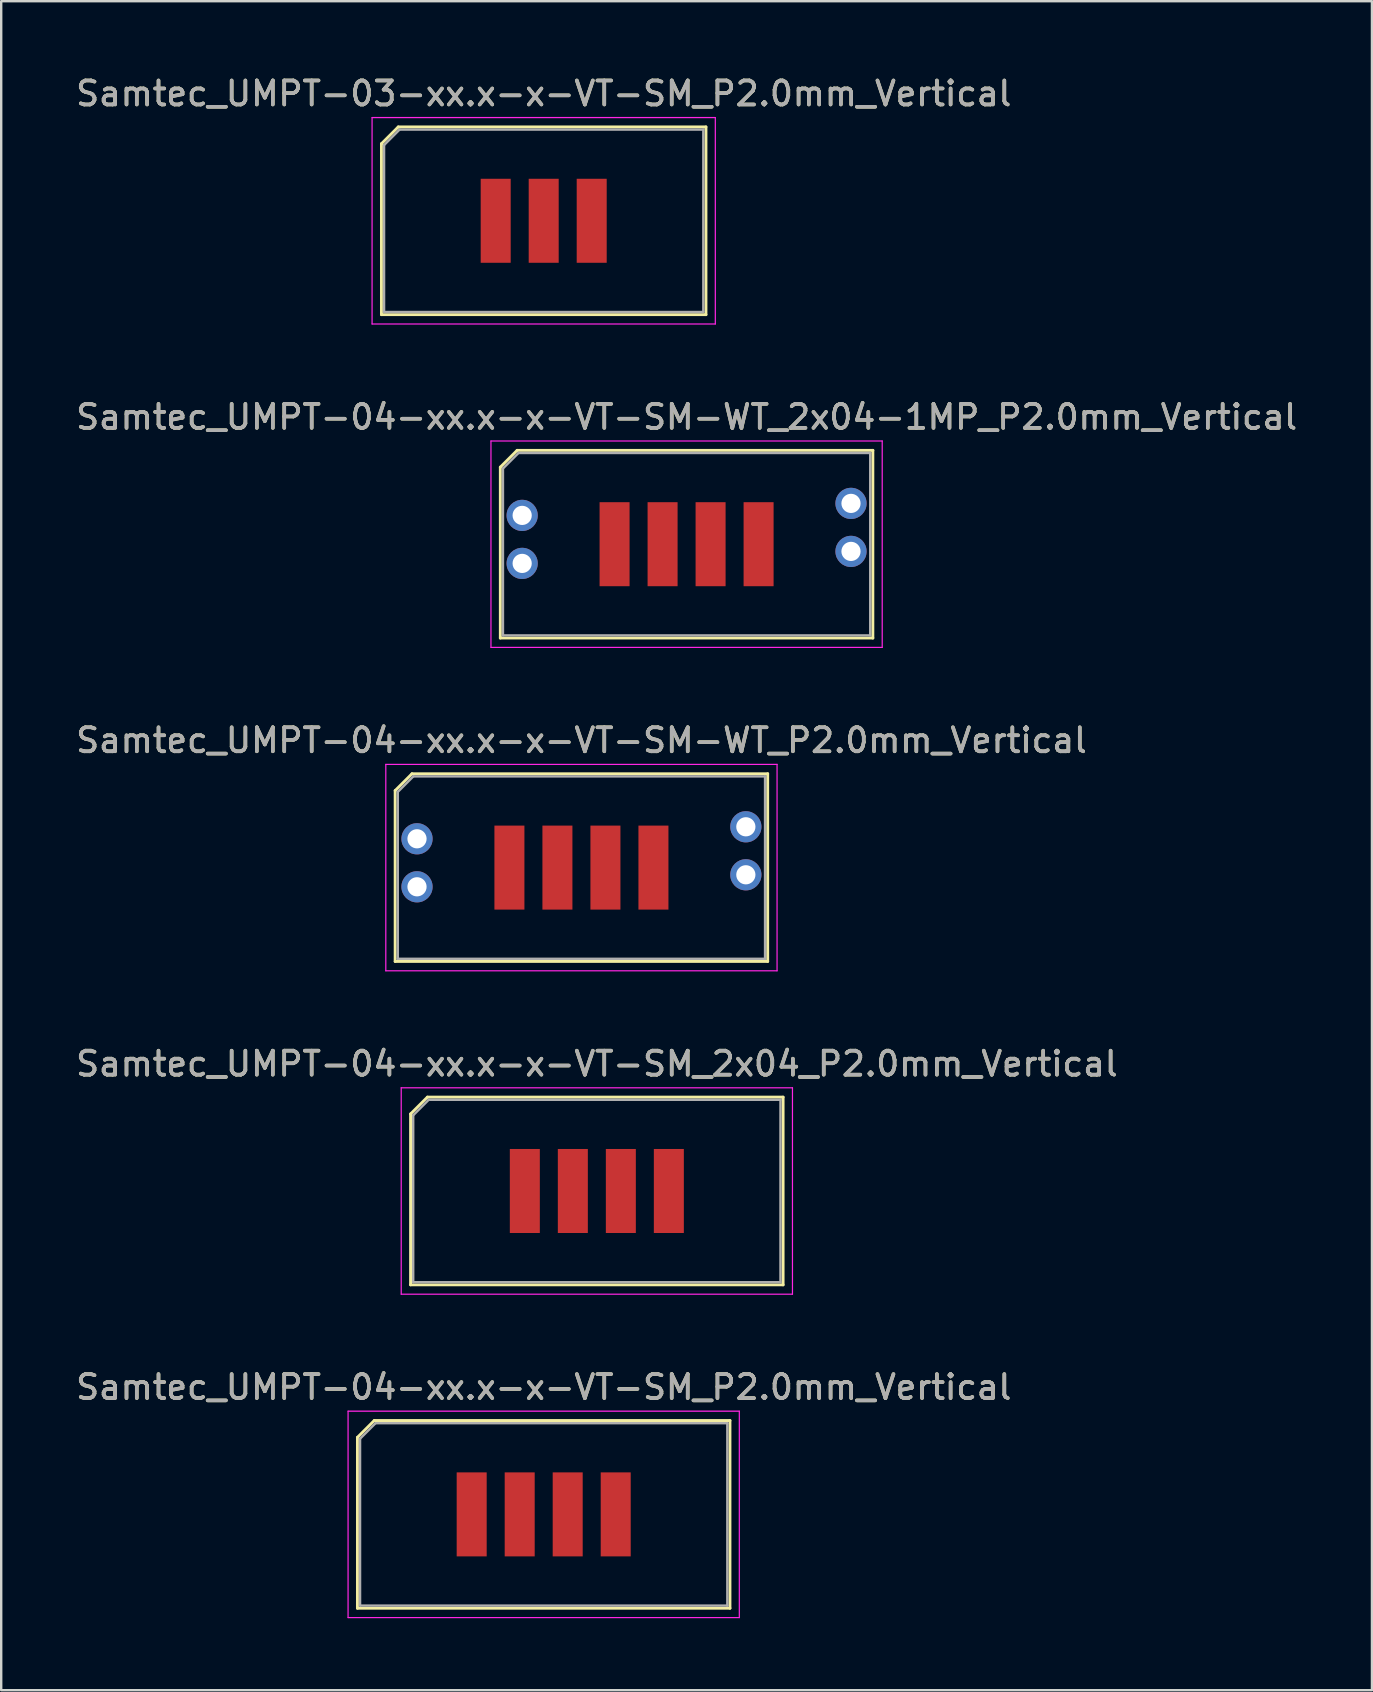
<source format=kicad_pcb>
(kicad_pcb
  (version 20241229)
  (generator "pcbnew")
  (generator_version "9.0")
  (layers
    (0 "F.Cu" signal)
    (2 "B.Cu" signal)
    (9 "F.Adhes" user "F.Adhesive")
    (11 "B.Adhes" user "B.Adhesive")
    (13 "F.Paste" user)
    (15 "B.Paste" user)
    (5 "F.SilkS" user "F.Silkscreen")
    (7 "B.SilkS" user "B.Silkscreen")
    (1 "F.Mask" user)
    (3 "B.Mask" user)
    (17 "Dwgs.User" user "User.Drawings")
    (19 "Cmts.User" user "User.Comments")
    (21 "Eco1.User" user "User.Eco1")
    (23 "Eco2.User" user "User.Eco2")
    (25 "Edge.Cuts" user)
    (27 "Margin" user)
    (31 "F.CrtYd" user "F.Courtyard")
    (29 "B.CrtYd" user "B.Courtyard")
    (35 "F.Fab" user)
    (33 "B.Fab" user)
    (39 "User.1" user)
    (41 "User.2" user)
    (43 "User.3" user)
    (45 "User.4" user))
  (footprint "Samtec_UMPT-04-xx.x-x-VT-SM_2x04_P2.0mm_Vertical"
    (layer "F.Cu")
    (at 21.815 46.568)
    (property "Reference" "Samtec_UMPT-04-xx.x-x-VT-SM_2x04_P2.0mm_Vertical" (at 0 -5.3 0) (layer "F.SilkS") (effects (font (size 1 1) (thickness 0.15))))
    (attr smd)
    (fp_line (start -7.76 -3.209) (end -7.76 3.91) (stroke (width 0.12) (type solid)) (layer "F.SilkS"))
    (fp_line (start -7.76 3.91) (end 7.76 3.91) (stroke (width 0.12) (type solid)) (layer "F.SilkS"))
    (fp_line (start -7.059 -3.91) (end -7.76 -3.209) (stroke (width 0.12) (type solid)) (layer "F.SilkS"))
    (fp_line (start 7.76 -3.91) (end -7.059 -3.91) (stroke (width 0.12) (type solid)) (layer "F.SilkS"))
    (fp_line (start 7.76 3.91) (end 7.76 -3.91) (stroke (width 0.12) (type solid)) (layer "F.SilkS"))
    (fp_line (start -8.15 -4.3) (end -8.15 4.3) (stroke (width 0.05) (type solid)) (layer "F.CrtYd"))
    (fp_line (start -8.15 4.3) (end 8.15 4.3) (stroke (width 0.05) (type solid)) (layer "F.CrtYd"))
    (fp_line (start 8.15 -4.3) (end -8.15 -4.3) (stroke (width 0.05) (type solid)) (layer "F.CrtYd"))
    (fp_line (start 8.15 4.3) (end 8.15 -4.3) (stroke (width 0.05) (type solid)) (layer "F.CrtYd"))
    (fp_line (start -7.65 -3.154) (end -7.65 3.8) (stroke (width 0.1) (type solid)) (layer "F.Fab"))
    (fp_line (start -7.65 3.8) (end 7.65 3.8) (stroke (width 0.1) (type solid)) (layer "F.Fab"))
    (fp_line (start -7.004 -3.8) (end -7.65 -3.154) (stroke (width 0.1) (type solid)) (layer "F.Fab"))
    (fp_line (start 7.65 -3.8) (end -7.004 -3.8) (stroke (width 0.1) (type solid)) (layer "F.Fab"))
    (fp_line (start 7.65 3.8) (end 7.65 -3.8) (stroke (width 0.1) (type solid)) (layer "F.Fab"))
    (fp_text user "${REFERENCE}" (at 0 -5.3 0) (layer "F.Fab") (effects (font (size 1 1) (thickness 0.15))))
    (pad "1" smd rect (at -3 0) (size 1.25 3.5) (layers "F.Cu" "F.Mask" "F.Paste"))
    (pad "2" smd rect (at -1 0) (size 1.25 3.5) (layers "F.Cu" "F.Mask" "F.Paste"))
    (pad "3" smd rect (at 1 0) (size 1.25 3.5) (layers "F.Cu" "F.Mask" "F.Paste"))
    (pad "4" smd rect (at 3 0) (size 1.25 3.5) (layers "F.Cu" "F.Mask" "F.Paste")))
  (footprint "Samtec_UMPT-03-xx.x-x-VT-SM_P2.0mm_Vertical"
    (layer "F.Cu")
    (at 19.601 6.148)
    (property "Reference" "Samtec_UMPT-03-xx.x-x-VT-SM_P2.0mm_Vertical" (at 0 -5.3 0) (layer "F.SilkS") (effects (font (size 1 1) (thickness 0.15))))
    (attr smd)
    (fp_line (start -6.76 -3.209) (end -6.76 3.91) (stroke (width 0.12) (type solid)) (layer "F.SilkS"))
    (fp_line (start -6.76 3.91) (end 6.76 3.91) (stroke (width 0.12) (type solid)) (layer "F.SilkS"))
    (fp_line (start -6.059 -3.91) (end -6.76 -3.209) (stroke (width 0.12) (type solid)) (layer "F.SilkS"))
    (fp_line (start 6.76 -3.91) (end -6.059 -3.91) (stroke (width 0.12) (type solid)) (layer "F.SilkS"))
    (fp_line (start 6.76 3.91) (end 6.76 -3.91) (stroke (width 0.12) (type solid)) (layer "F.SilkS"))
    (fp_line (start -7.15 -4.3) (end -7.15 4.3) (stroke (width 0.05) (type solid)) (layer "F.CrtYd"))
    (fp_line (start -7.15 4.3) (end 7.15 4.3) (stroke (width 0.05) (type solid)) (layer "F.CrtYd"))
    (fp_line (start 7.15 -4.3) (end -7.15 -4.3) (stroke (width 0.05) (type solid)) (layer "F.CrtYd"))
    (fp_line (start 7.15 4.3) (end 7.15 -4.3) (stroke (width 0.05) (type solid)) (layer "F.CrtYd"))
    (fp_line (start -6.65 -3.154) (end -6.65 3.8) (stroke (width 0.1) (type solid)) (layer "F.Fab"))
    (fp_line (start -6.65 3.8) (end 6.65 3.8) (stroke (width 0.1) (type solid)) (layer "F.Fab"))
    (fp_line (start -6.004 -3.8) (end -6.65 -3.154) (stroke (width 0.1) (type solid)) (layer "F.Fab"))
    (fp_line (start 6.65 -3.8) (end -6.004 -3.8) (stroke (width 0.1) (type solid)) (layer "F.Fab"))
    (fp_line (start 6.65 3.8) (end 6.65 -3.8) (stroke (width 0.1) (type solid)) (layer "F.Fab"))
    (fp_text user "${REFERENCE}" (at 0 -5.3 0) (layer "F.Fab") (effects (font (size 1 1) (thickness 0.15))))
    (pad "1" smd rect (at -2 0) (size 1.25 3.5) (layers "F.Cu" "F.Mask" "F.Paste"))
    (pad "2" smd rect (at 0 0) (size 1.25 3.5) (layers "F.Cu" "F.Mask" "F.Paste"))
    (pad "3" smd rect (at 2 0) (size 1.25 3.5) (layers "F.Cu" "F.Mask" "F.Paste")))
  (footprint "Samtec_UMPT-04-xx.x-x-VT-SM-WT_P2.0mm_Vertical"
    (layer "F.Cu")
    (at 21.173 33.095)
    (property "Reference" "Samtec_UMPT-04-xx.x-x-VT-SM-WT_P2.0mm_Vertical" (at 0 -5.3 0) (layer "F.SilkS") (effects (font (size 1 1) (thickness 0.15))))
    (attr smd)
    (fp_line (start -7.76 -3.209) (end -7.76 3.91) (stroke (width 0.12) (type solid)) (layer "F.SilkS"))
    (fp_line (start -7.76 3.91) (end 7.76 3.91) (stroke (width 0.12) (type solid)) (layer "F.SilkS"))
    (fp_line (start -7.059 -3.91) (end -7.76 -3.209) (stroke (width 0.12) (type solid)) (layer "F.SilkS"))
    (fp_line (start 7.76 -3.91) (end -7.059 -3.91) (stroke (width 0.12) (type solid)) (layer "F.SilkS"))
    (fp_line (start 7.76 3.91) (end 7.76 -3.91) (stroke (width 0.12) (type solid)) (layer "F.SilkS"))
    (fp_line (start -8.15 -4.3) (end -8.15 4.3) (stroke (width 0.05) (type solid)) (layer "F.CrtYd"))
    (fp_line (start -8.15 4.3) (end 8.15 4.3) (stroke (width 0.05) (type solid)) (layer "F.CrtYd"))
    (fp_line (start 8.15 -4.3) (end -8.15 -4.3) (stroke (width 0.05) (type solid)) (layer "F.CrtYd"))
    (fp_line (start 8.15 4.3) (end 8.15 -4.3) (stroke (width 0.05) (type solid)) (layer "F.CrtYd"))
    (fp_line (start -7.65 -3.154) (end -7.65 3.8) (stroke (width 0.1) (type solid)) (layer "F.Fab"))
    (fp_line (start -7.65 3.8) (end 7.65 3.8) (stroke (width 0.1) (type solid)) (layer "F.Fab"))
    (fp_line (start -7.004 -3.8) (end -7.65 -3.154) (stroke (width 0.1) (type solid)) (layer "F.Fab"))
    (fp_line (start 7.65 -3.8) (end -7.004 -3.8) (stroke (width 0.1) (type solid)) (layer "F.Fab"))
    (fp_line (start 7.65 3.8) (end 7.65 -3.8) (stroke (width 0.1) (type solid)) (layer "F.Fab"))
    (fp_text user "${REFERENCE}" (at 0 -5.3 0) (layer "F.Fab") (effects (font (size 1 1) (thickness 0.15))))
    (pad "" thru_hole circle (at -6.85 -1.2) (size 1.3 1.3) (drill 0.8) (layers "*.Cu" "*.Mask"))
    (pad "" thru_hole circle (at -6.85 0.8) (size 1.3 1.3) (drill 0.8) (layers "*.Cu" "*.Mask"))
    (pad "" thru_hole circle (at 6.85 -1.7) (size 1.3 1.3) (drill 0.8) (layers "*.Cu" "*.Mask"))
    (pad "" thru_hole circle (at 6.85 0.3) (size 1.3 1.3) (drill 0.8) (layers "*.Cu" "*.Mask"))
    (pad "1" smd rect (at -3 0) (size 1.25 3.5) (layers "F.Cu" "F.Mask" "F.Paste"))
    (pad "2" smd rect (at -1 0) (size 1.25 3.5) (layers "F.Cu" "F.Mask" "F.Paste"))
    (pad "3" smd rect (at 1 0) (size 1.25 3.5) (layers "F.Cu" "F.Mask" "F.Paste"))
    (pad "4" smd rect (at 3 0) (size 1.25 3.5) (layers "F.Cu" "F.Mask" "F.Paste")))
  (footprint "Samtec_UMPT-04-xx.x-x-VT-SM_P2.0mm_Vertical"
    (layer "F.Cu")
    (at 19.601 60.041)
    (property "Reference" "Samtec_UMPT-04-xx.x-x-VT-SM_P2.0mm_Vertical" (at 0 -5.3 0) (layer "F.SilkS") (effects (font (size 1 1) (thickness 0.15))))
    (attr smd)
    (fp_line (start -7.76 -3.209) (end -7.76 3.91) (stroke (width 0.12) (type solid)) (layer "F.SilkS"))
    (fp_line (start -7.76 3.91) (end 7.76 3.91) (stroke (width 0.12) (type solid)) (layer "F.SilkS"))
    (fp_line (start -7.059 -3.91) (end -7.76 -3.209) (stroke (width 0.12) (type solid)) (layer "F.SilkS"))
    (fp_line (start 7.76 -3.91) (end -7.059 -3.91) (stroke (width 0.12) (type solid)) (layer "F.SilkS"))
    (fp_line (start 7.76 3.91) (end 7.76 -3.91) (stroke (width 0.12) (type solid)) (layer "F.SilkS"))
    (fp_line (start -8.15 -4.3) (end -8.15 4.3) (stroke (width 0.05) (type solid)) (layer "F.CrtYd"))
    (fp_line (start -8.15 4.3) (end 8.15 4.3) (stroke (width 0.05) (type solid)) (layer "F.CrtYd"))
    (fp_line (start 8.15 -4.3) (end -8.15 -4.3) (stroke (width 0.05) (type solid)) (layer "F.CrtYd"))
    (fp_line (start 8.15 4.3) (end 8.15 -4.3) (stroke (width 0.05) (type solid)) (layer "F.CrtYd"))
    (fp_line (start -7.65 -3.154) (end -7.65 3.8) (stroke (width 0.1) (type solid)) (layer "F.Fab"))
    (fp_line (start -7.65 3.8) (end 7.65 3.8) (stroke (width 0.1) (type solid)) (layer "F.Fab"))
    (fp_line (start -7.004 -3.8) (end -7.65 -3.154) (stroke (width 0.1) (type solid)) (layer "F.Fab"))
    (fp_line (start 7.65 -3.8) (end -7.004 -3.8) (stroke (width 0.1) (type solid)) (layer "F.Fab"))
    (fp_line (start 7.65 3.8) (end 7.65 -3.8) (stroke (width 0.1) (type solid)) (layer "F.Fab"))
    (fp_text user "${REFERENCE}" (at 0 -5.3 0) (layer "F.Fab") (effects (font (size 1 1) (thickness 0.15))))
    (pad "1" smd rect (at -3 0) (size 1.25 3.5) (layers "F.Cu" "F.Mask" "F.Paste"))
    (pad "2" smd rect (at -1 0) (size 1.25 3.5) (layers "F.Cu" "F.Mask" "F.Paste"))
    (pad "3" smd rect (at 1 0) (size 1.25 3.5) (layers "F.Cu" "F.Mask" "F.Paste"))
    (pad "4" smd rect (at 3 0) (size 1.25 3.5) (layers "F.Cu" "F.Mask" "F.Paste")))
  (footprint "Samtec_UMPT-04-xx.x-x-VT-SM-WT_2x04-1MP_P2.0mm_Vertical"
    (layer "F.Cu")
    (at 25.554 19.622)
    (property "Reference" "Samtec_UMPT-04-xx.x-x-VT-SM-WT_2x04-1MP_P2.0mm_Vertical" (at 0 -5.3 0) (layer "F.SilkS") (effects (font (size 1 1) (thickness 0.15))))
    (attr smd)
    (fp_line (start -7.76 -3.209) (end -7.76 3.91) (stroke (width 0.12) (type solid)) (layer "F.SilkS"))
    (fp_line (start -7.76 3.91) (end 7.76 3.91) (stroke (width 0.12) (type solid)) (layer "F.SilkS"))
    (fp_line (start -7.059 -3.91) (end -7.76 -3.209) (stroke (width 0.12) (type solid)) (layer "F.SilkS"))
    (fp_line (start 7.76 -3.91) (end -7.059 -3.91) (stroke (width 0.12) (type solid)) (layer "F.SilkS"))
    (fp_line (start 7.76 3.91) (end 7.76 -3.91) (stroke (width 0.12) (type solid)) (layer "F.SilkS"))
    (fp_line (start -8.15 -4.3) (end -8.15 4.3) (stroke (width 0.05) (type solid)) (layer "F.CrtYd"))
    (fp_line (start -8.15 4.3) (end 8.15 4.3) (stroke (width 0.05) (type solid)) (layer "F.CrtYd"))
    (fp_line (start 8.15 -4.3) (end -8.15 -4.3) (stroke (width 0.05) (type solid)) (layer "F.CrtYd"))
    (fp_line (start 8.15 4.3) (end 8.15 -4.3) (stroke (width 0.05) (type solid)) (layer "F.CrtYd"))
    (fp_line (start -7.65 -3.154) (end -7.65 3.8) (stroke (width 0.1) (type solid)) (layer "F.Fab"))
    (fp_line (start -7.65 3.8) (end 7.65 3.8) (stroke (width 0.1) (type solid)) (layer "F.Fab"))
    (fp_line (start -7.004 -3.8) (end -7.65 -3.154) (stroke (width 0.1) (type solid)) (layer "F.Fab"))
    (fp_line (start 7.65 -3.8) (end -7.004 -3.8) (stroke (width 0.1) (type solid)) (layer "F.Fab"))
    (fp_line (start 7.65 3.8) (end 7.65 -3.8) (stroke (width 0.1) (type solid)) (layer "F.Fab"))
    (fp_text user "${REFERENCE}" (at 0 -5.3 0) (layer "F.Fab") (effects (font (size 1 1) (thickness 0.15))))
    (pad "1" smd rect (at -3 0) (size 1.25 3.5) (layers "F.Cu" "F.Mask" "F.Paste"))
    (pad "2" smd rect (at -1 0) (size 1.25 3.5) (layers "F.Cu" "F.Mask" "F.Paste"))
    (pad "3" smd rect (at 1 0) (size 1.25 3.5) (layers "F.Cu" "F.Mask" "F.Paste"))
    (pad "4" smd rect (at 3 0) (size 1.25 3.5) (layers "F.Cu" "F.Mask" "F.Paste"))
    (pad "MP" thru_hole circle (at -6.85 -1.2) (size 1.3 1.3) (drill 0.8) (layers "*.Cu" "*.Mask"))
    (pad "MP" thru_hole circle (at -6.85 0.8) (size 1.3 1.3) (drill 0.8) (layers "*.Cu" "*.Mask"))
    (pad "MP" thru_hole circle (at 6.85 -1.7) (size 1.3 1.3) (drill 0.8) (layers "*.Cu" "*.Mask"))
    (pad "MP" thru_hole circle (at 6.85 0.3) (size 1.3 1.3) (drill 0.8) (layers "*.Cu" "*.Mask")))
  (gr_rect
    (start -3 -3)
    (end 54.107 67.366)
    (stroke (width 0.1) (type default))
    (fill no)
    (layer "Edge.Cuts")))
</source>
